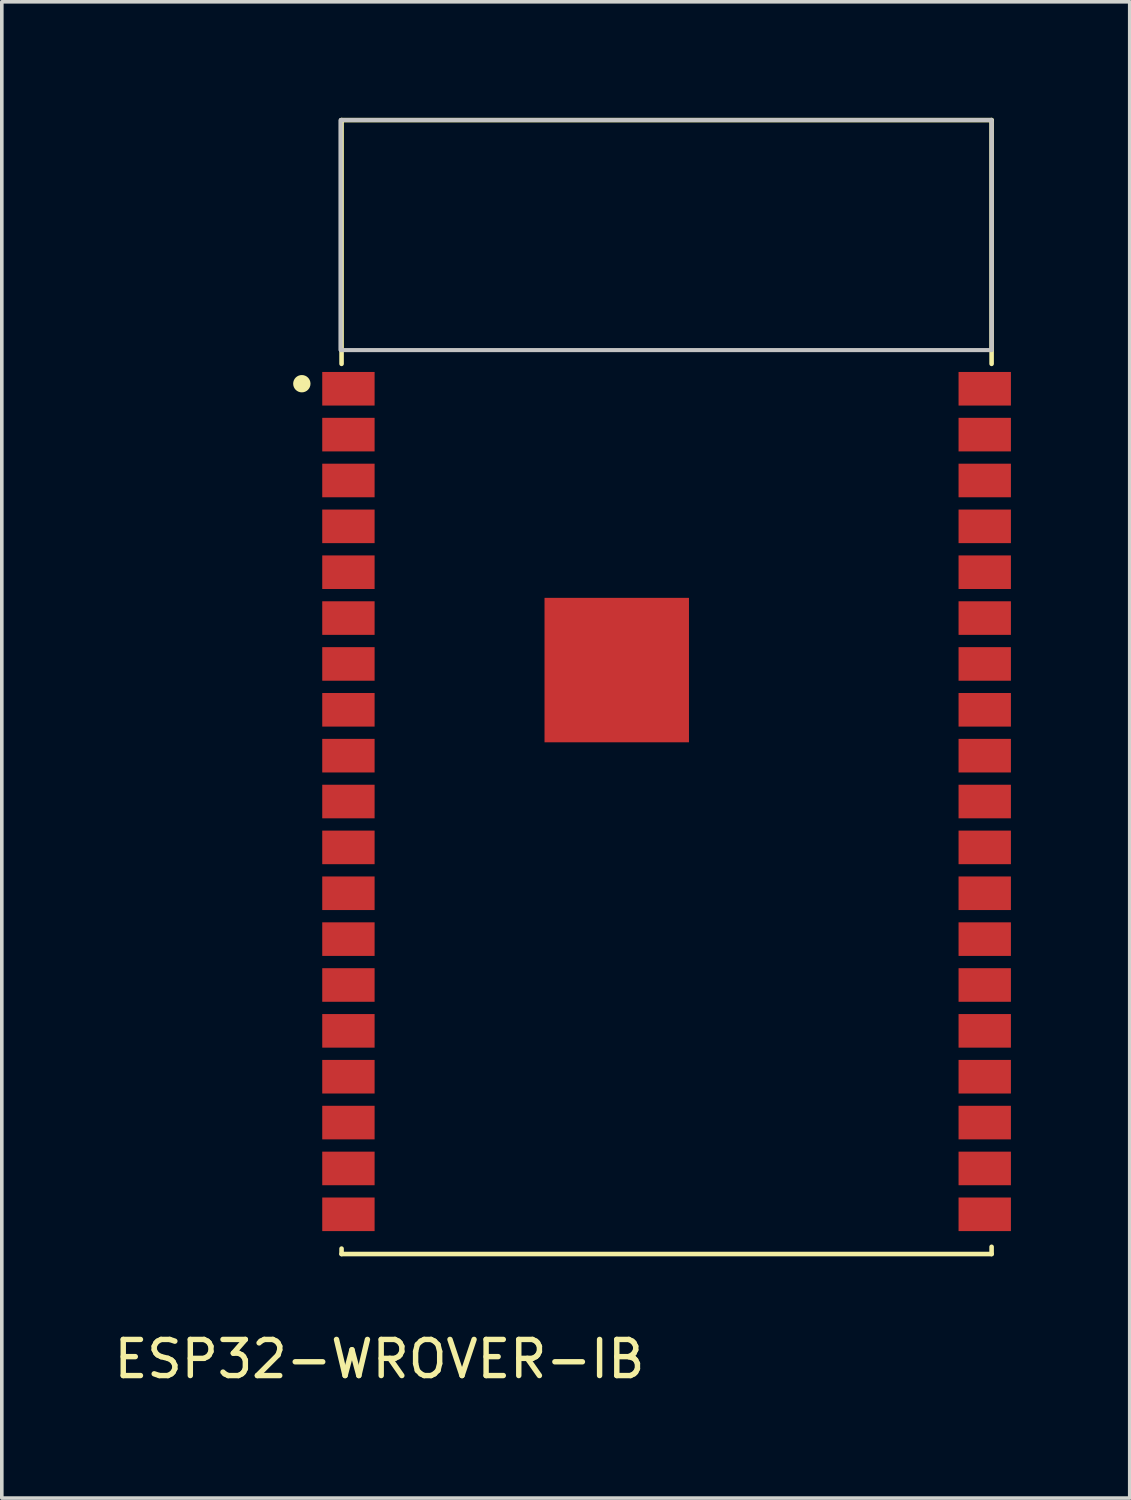
<source format=kicad_pcb>
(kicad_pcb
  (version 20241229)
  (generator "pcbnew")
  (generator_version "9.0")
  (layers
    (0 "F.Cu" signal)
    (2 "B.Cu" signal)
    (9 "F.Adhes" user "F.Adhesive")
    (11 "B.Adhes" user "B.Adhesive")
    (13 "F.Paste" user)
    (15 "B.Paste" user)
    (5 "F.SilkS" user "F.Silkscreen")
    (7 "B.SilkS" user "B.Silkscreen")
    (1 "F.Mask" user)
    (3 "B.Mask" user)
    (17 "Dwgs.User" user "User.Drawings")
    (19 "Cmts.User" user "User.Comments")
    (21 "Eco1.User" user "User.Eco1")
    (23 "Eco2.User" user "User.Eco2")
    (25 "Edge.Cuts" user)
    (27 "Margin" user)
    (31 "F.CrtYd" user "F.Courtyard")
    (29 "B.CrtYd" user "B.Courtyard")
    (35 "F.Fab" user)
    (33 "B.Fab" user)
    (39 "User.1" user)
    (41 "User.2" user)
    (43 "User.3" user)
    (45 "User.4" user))
  (footprint "ESP32-WROVER-IB"
    (layer "F.Cu")
    (at 14.568 16.005)
    (property "Reference" "ESP32-WROVER-IB" (at -7.11 18.58 0) (layer "F.SilkS") (effects (font (size 1 1) (thickness 0.15))))
    (attr through_hole)
    (fp_line (start -8.16 -15.73) (end 9.84 -15.73) (stroke (width 0.127) (type solid)) (layer "F.SilkS"))
    (fp_line (start -8.16 -8.98) (end -8.16 -15.73) (stroke (width 0.127) (type solid)) (layer "F.SilkS"))
    (fp_line (start -8.16 15.52) (end -8.16 15.67) (stroke (width 0.127) (type solid)) (layer "F.SilkS"))
    (fp_line (start -8.16 15.67) (end 9.84 15.67) (stroke (width 0.127) (type solid)) (layer "F.SilkS"))
    (fp_line (start 9.84 -15.73) (end 9.84 -8.98) (stroke (width 0.127) (type solid)) (layer "F.SilkS"))
    (fp_line (start 9.84 15.67) (end 9.84 15.47) (stroke (width 0.127) (type solid)) (layer "F.SilkS"))
    (fp_circle (center -9.26 -8.43) (end -9.14 -8.43) (stroke (width 0.24) (type solid)) (fill no) (layer "F.SilkS"))
    (fp_poly (pts (xy -1.808 -1.765) (xy 0.725 -1.765) (xy 0.725 0.766) (xy -1.808 0.766)) (stroke (width 0) (type solid)) (fill yes) (layer "F.Paste"))
    (fp_poly (pts (xy -8.19 -15.73) (xy 9.84 -15.73) (xy 9.84 -9.361) (xy -8.19 -9.361)) (stroke (width 0.1) (type solid)) (fill no) (layer "Dwgs.User"))
    (fp_poly (pts (xy -8.189 -15.73) (xy 9.84 -15.73) (xy 9.84 -9.36) (xy -8.189 -9.36)) (stroke (width 0.1) (type solid)) (fill no) (layer "Dwgs.User"))
    (fp_poly (pts (xy -8.183 -15.73) (xy 9.84 -15.73) (xy 9.84 -9.354) (xy -8.183 -9.354)) (stroke (width 0.1) (type solid)) (fill no) (layer "Dwgs.User"))
    (fp_line (start -8.96 -15.98) (end 10.64 -15.98) (stroke (width 0.05) (type solid)) (layer "Eco1.User"))
    (fp_line (start -8.96 15.92) (end -8.96 -15.98) (stroke (width 0.05) (type solid)) (layer "Eco1.User"))
    (fp_line (start 10.64 -15.98) (end 10.64 15.92) (stroke (width 0.05) (type solid)) (layer "Eco1.User"))
    (fp_line (start 10.64 15.92) (end -8.96 15.92) (stroke (width 0.05) (type solid)) (layer "Eco1.User"))
    (fp_line (start -8.16 -15.73) (end 9.84 -15.73) (stroke (width 0.127) (type solid)) (layer "Eco2.User"))
    (fp_line (start -8.16 15.67) (end -8.16 -15.73) (stroke (width 0.127) (type solid)) (layer "Eco2.User"))
    (fp_line (start 9.84 -15.73) (end 9.84 15.67) (stroke (width 0.127) (type solid)) (layer "Eco2.User"))
    (fp_line (start 9.84 15.67) (end -8.16 15.67) (stroke (width 0.127) (type solid)) (layer "Eco2.User"))
    (pad "1" smd rect (at -7.97 -8.29) (size 1.45 0.93) (layers "F.Cu" "F.Mask" "F.Paste"))
    (pad "2" smd rect (at -7.97 -7.02) (size 1.45 0.93) (layers "F.Cu" "F.Mask" "F.Paste"))
    (pad "3" smd rect (at -7.97 -5.75) (size 1.45 0.93) (layers "F.Cu" "F.Mask" "F.Paste"))
    (pad "4" smd rect (at -7.97 -4.48) (size 1.45 0.93) (layers "F.Cu" "F.Mask" "F.Paste"))
    (pad "5" smd rect (at -7.97 -3.21) (size 1.45 0.93) (layers "F.Cu" "F.Mask" "F.Paste"))
    (pad "6" smd rect (at -7.97 -1.94) (size 1.45 0.93) (layers "F.Cu" "F.Mask" "F.Paste"))
    (pad "7" smd rect (at -7.97 -0.67) (size 1.45 0.93) (layers "F.Cu" "F.Mask" "F.Paste"))
    (pad "8" smd rect (at -7.97 0.6) (size 1.45 0.93) (layers "F.Cu" "F.Mask" "F.Paste"))
    (pad "9" smd rect (at -7.97 1.87) (size 1.45 0.93) (layers "F.Cu" "F.Mask" "F.Paste"))
    (pad "10" smd rect (at -7.97 3.14) (size 1.45 0.93) (layers "F.Cu" "F.Mask" "F.Paste"))
    (pad "11" smd rect (at -7.97 4.41) (size 1.45 0.93) (layers "F.Cu" "F.Mask" "F.Paste"))
    (pad "12" smd rect (at -7.97 5.68) (size 1.45 0.93) (layers "F.Cu" "F.Mask" "F.Paste"))
    (pad "13" smd rect (at -7.97 6.95) (size 1.45 0.93) (layers "F.Cu" "F.Mask" "F.Paste"))
    (pad "14" smd rect (at -7.97 8.22) (size 1.45 0.93) (layers "F.Cu" "F.Mask" "F.Paste"))
    (pad "15" smd rect (at -7.97 9.49) (size 1.45 0.93) (layers "F.Cu" "F.Mask" "F.Paste"))
    (pad "16" smd rect (at -7.97 10.76) (size 1.45 0.93) (layers "F.Cu" "F.Mask" "F.Paste"))
    (pad "17" smd rect (at -7.97 12.03) (size 1.45 0.93) (layers "F.Cu" "F.Mask" "F.Paste"))
    (pad "18" smd rect (at -7.97 13.3) (size 1.45 0.93) (layers "F.Cu" "F.Mask" "F.Paste"))
    (pad "19" smd rect (at -7.97 14.57) (size 1.45 0.93) (layers "F.Cu" "F.Mask" "F.Paste"))
    (pad "20" smd rect (at 9.65 14.57 180) (size 1.45 0.93) (layers "F.Cu" "F.Mask" "F.Paste"))
    (pad "21" smd rect (at 9.65 13.3 180) (size 1.45 0.93) (layers "F.Cu" "F.Mask" "F.Paste"))
    (pad "22" smd rect (at 9.65 12.03 180) (size 1.45 0.93) (layers "F.Cu" "F.Mask" "F.Paste"))
    (pad "23" smd rect (at 9.65 10.76 180) (size 1.45 0.93) (layers "F.Cu" "F.Mask" "F.Paste"))
    (pad "24" smd rect (at 9.65 9.49 180) (size 1.45 0.93) (layers "F.Cu" "F.Mask" "F.Paste"))
    (pad "25" smd rect (at 9.65 8.22 180) (size 1.45 0.93) (layers "F.Cu" "F.Mask" "F.Paste"))
    (pad "26" smd rect (at 9.65 6.95 180) (size 1.45 0.93) (layers "F.Cu" "F.Mask" "F.Paste"))
    (pad "27" smd rect (at 9.65 5.68 180) (size 1.45 0.93) (layers "F.Cu" "F.Mask" "F.Paste"))
    (pad "28" smd rect (at 9.65 4.41 180) (size 1.45 0.93) (layers "F.Cu" "F.Mask" "F.Paste"))
    (pad "29" smd rect (at 9.65 3.14 180) (size 1.45 0.93) (layers "F.Cu" "F.Mask" "F.Paste"))
    (pad "30" smd rect (at 9.65 1.87 180) (size 1.45 0.93) (layers "F.Cu" "F.Mask" "F.Paste"))
    (pad "31" smd rect (at 9.65 0.6 180) (size 1.45 0.93) (layers "F.Cu" "F.Mask" "F.Paste"))
    (pad "32" smd rect (at 9.65 -0.67 180) (size 1.45 0.93) (layers "F.Cu" "F.Mask" "F.Paste"))
    (pad "33" smd rect (at 9.65 -1.94 180) (size 1.45 0.93) (layers "F.Cu" "F.Mask" "F.Paste"))
    (pad "34" smd rect (at 9.65 -3.21 180) (size 1.45 0.93) (layers "F.Cu" "F.Mask" "F.Paste"))
    (pad "35" smd rect (at 9.65 -4.48 180) (size 1.45 0.93) (layers "F.Cu" "F.Mask" "F.Paste"))
    (pad "36" smd rect (at 9.65 -5.75 180) (size 1.45 0.93) (layers "F.Cu" "F.Mask" "F.Paste"))
    (pad "37" smd rect (at 9.65 -7.02 180) (size 1.45 0.93) (layers "F.Cu" "F.Mask" "F.Paste"))
    (pad "38" smd rect (at 9.65 -8.29 180) (size 1.45 0.93) (layers "F.Cu" "F.Mask" "F.Paste"))
    (pad "39" smd rect (at -0.54 -0.5) (size 4 4) (layers "F.Cu" "F.Mask" "F.Paste")))
  (gr_rect
    (start -3 -3)
    (end 28.233 38.433)
    (stroke (width 0.1) (type default))
    (fill no)
    (layer "Edge.Cuts")))
</source>
